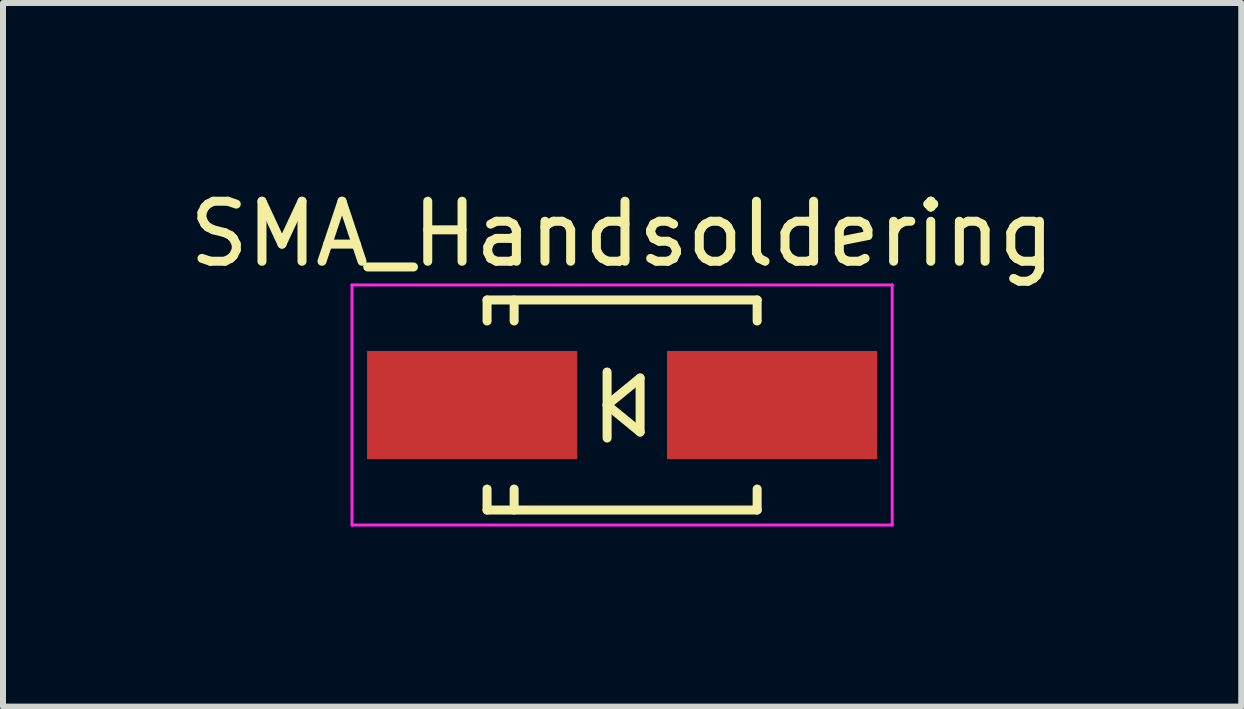
<source format=kicad_pcb>
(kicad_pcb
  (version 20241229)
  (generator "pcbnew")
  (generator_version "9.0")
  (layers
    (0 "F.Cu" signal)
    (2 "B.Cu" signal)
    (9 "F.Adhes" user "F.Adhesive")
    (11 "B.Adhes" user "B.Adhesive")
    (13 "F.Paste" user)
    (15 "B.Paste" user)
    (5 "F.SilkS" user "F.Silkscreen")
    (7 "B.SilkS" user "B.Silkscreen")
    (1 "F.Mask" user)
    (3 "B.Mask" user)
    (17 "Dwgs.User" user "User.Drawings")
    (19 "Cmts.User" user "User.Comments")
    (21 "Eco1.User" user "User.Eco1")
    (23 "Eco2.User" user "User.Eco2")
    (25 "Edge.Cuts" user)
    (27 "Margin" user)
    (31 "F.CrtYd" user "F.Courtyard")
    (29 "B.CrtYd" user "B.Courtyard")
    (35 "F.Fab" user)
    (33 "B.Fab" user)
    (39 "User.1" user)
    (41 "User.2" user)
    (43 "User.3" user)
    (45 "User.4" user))
  (footprint "SMA_Handsoldering"
    (layer "F.Cu")
    (at 7.315 3.698)
    (property "Reference" "SMA_Handsoldering" (at 0 -2.85 0) (layer "F.SilkS") (effects (font (size 1 1) (thickness 0.15))))
    (attr smd)
    (fp_line (start -2.25 -1.75) (end -2.25 -1.4) (stroke (width 0.15) (type solid)) (layer "F.SilkS"))
    (fp_line (start -2.25 -1.75) (end 2.25 -1.75) (stroke (width 0.15) (type solid)) (layer "F.SilkS"))
    (fp_line (start -2.25 1.75) (end -2.25 1.4) (stroke (width 0.15) (type solid)) (layer "F.SilkS"))
    (fp_line (start -2.25 1.75) (end 2.25 1.75) (stroke (width 0.15) (type solid)) (layer "F.SilkS"))
    (fp_line (start -1.799 -1.75) (end -1.799 -1.4) (stroke (width 0.15) (type solid)) (layer "F.SilkS"))
    (fp_line (start -1.799 1.75) (end -1.799 1.4) (stroke (width 0.15) (type solid)) (layer "F.SilkS"))
    (fp_line (start -0.25 -0.55) (end -0.25 0.55) (stroke (width 0.15) (type solid)) (layer "F.SilkS"))
    (fp_line (start -0.25 0) (end 0.3 -0.45) (stroke (width 0.15) (type solid)) (layer "F.SilkS"))
    (fp_line (start 0.3 -0.45) (end 0.3 0.45) (stroke (width 0.15) (type solid)) (layer "F.SilkS"))
    (fp_line (start 0.3 0.45) (end -0.25 0) (stroke (width 0.15) (type solid)) (layer "F.SilkS"))
    (fp_line (start 2.25 -1.75) (end 2.25 -1.4) (stroke (width 0.15) (type solid)) (layer "F.SilkS"))
    (fp_line (start 2.25 1.75) (end 2.25 1.4) (stroke (width 0.15) (type solid)) (layer "F.SilkS"))
    (fp_line (start -4.5 -2) (end 4.5 -2) (stroke (width 0.05) (type solid)) (layer "F.CrtYd"))
    (fp_line (start -4.5 2) (end -4.5 -2) (stroke (width 0.05) (type solid)) (layer "F.CrtYd"))
    (fp_line (start 4.5 -2) (end 4.5 2) (stroke (width 0.05) (type solid)) (layer "F.CrtYd"))
    (fp_line (start 4.5 2) (end -4.5 2) (stroke (width 0.05) (type solid)) (layer "F.CrtYd"))
    (pad "1" smd rect (at -2.499 0) (size 3.5 1.801) (layers "F.Cu" "F.Mask" "F.Paste"))
    (pad "2" smd rect (at 2.499 0) (size 3.5 1.801) (layers "F.Cu" "F.Mask" "F.Paste")))
  (gr_rect
    (start -3 -3)
    (end 17.631 8.723)
    (stroke (width 0.1) (type default))
    (fill no)
    (layer "Edge.Cuts")))
</source>
